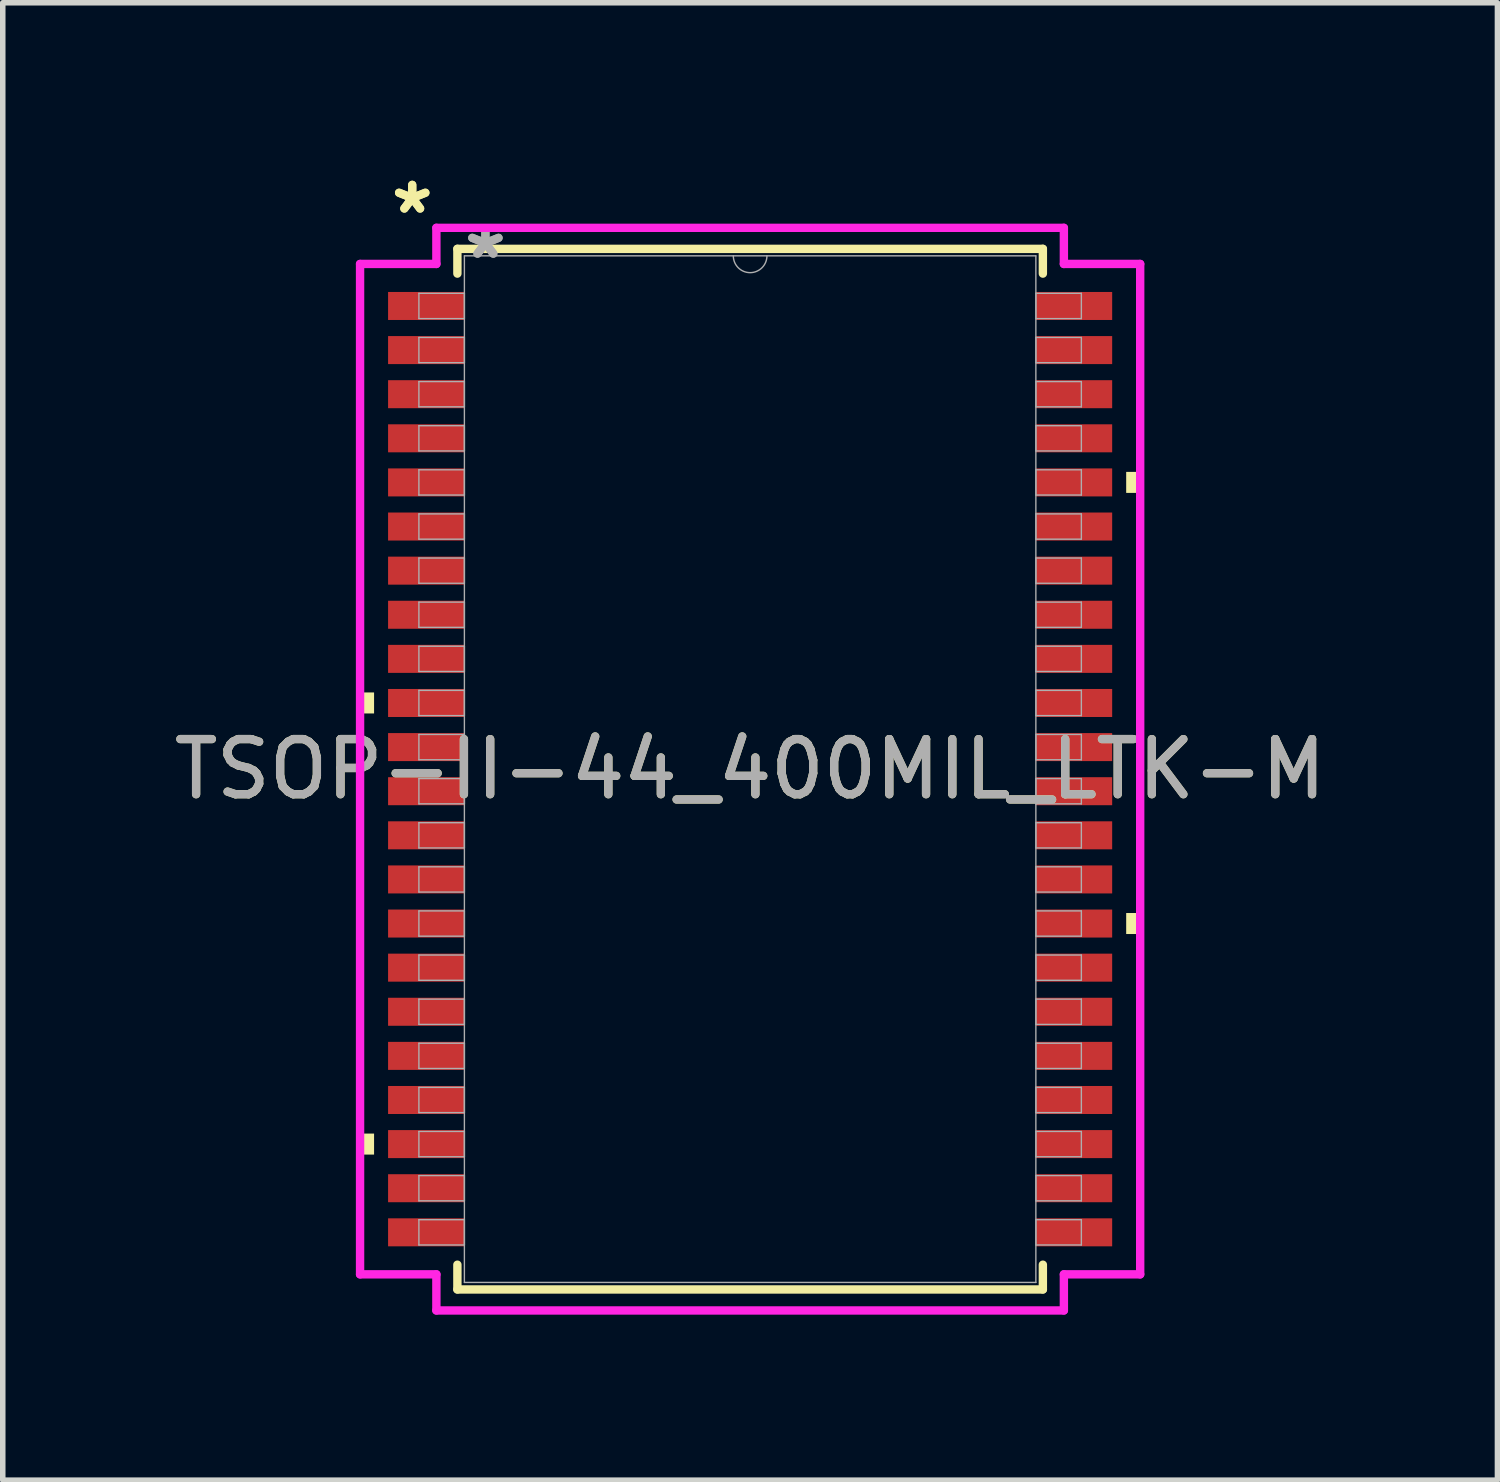
<source format=kicad_pcb>
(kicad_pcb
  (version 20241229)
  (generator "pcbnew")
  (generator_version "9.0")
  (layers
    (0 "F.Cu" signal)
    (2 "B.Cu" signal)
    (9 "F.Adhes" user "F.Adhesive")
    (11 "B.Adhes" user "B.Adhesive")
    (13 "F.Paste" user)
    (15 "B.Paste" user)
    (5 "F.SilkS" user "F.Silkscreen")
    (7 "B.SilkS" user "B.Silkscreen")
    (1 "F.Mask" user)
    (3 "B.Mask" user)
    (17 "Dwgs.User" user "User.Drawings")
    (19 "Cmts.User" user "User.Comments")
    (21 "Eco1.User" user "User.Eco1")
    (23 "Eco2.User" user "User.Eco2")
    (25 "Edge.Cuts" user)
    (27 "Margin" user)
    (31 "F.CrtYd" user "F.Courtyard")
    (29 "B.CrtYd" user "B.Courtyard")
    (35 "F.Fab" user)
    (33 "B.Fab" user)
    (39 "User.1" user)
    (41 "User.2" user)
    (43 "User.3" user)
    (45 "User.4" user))
  (footprint "TSOP-II-44_400MIL_LTK-M"
    (layer "F.Cu")
    (at 10.554 10.899)
    (property "Reference" "TSOP-II-44_400MIL_LTK-M" (at 0 0 0) (unlocked yes) (layer "F.SilkS") (effects (font (size 1 1) (thickness 0.15))))
    (attr smd)
    (fp_line (start -5.309 -9.436) (end -5.309 -8.987) (stroke (width 0.152) (type solid)) (layer "F.SilkS"))
    (fp_line (start -5.309 8.987) (end -5.309 9.436) (stroke (width 0.152) (type solid)) (layer "F.SilkS"))
    (fp_line (start -5.309 9.436) (end 5.309 9.436) (stroke (width 0.152) (type solid)) (layer "F.SilkS"))
    (fp_line (start 5.309 -9.436) (end -5.309 -9.436) (stroke (width 0.152) (type solid)) (layer "F.SilkS"))
    (fp_line (start 5.309 -8.987) (end 5.309 -9.436) (stroke (width 0.152) (type solid)) (layer "F.SilkS"))
    (fp_line (start 5.309 9.436) (end 5.309 8.987) (stroke (width 0.152) (type solid)) (layer "F.SilkS"))
    (fp_poly (pts (xy -7.074 -1.391) (xy -7.074 -1.01) (xy -6.82 -1.01) (xy -6.82 -1.391)) (stroke (width 0) (type solid)) (fill yes) (layer "F.SilkS"))
    (fp_poly (pts (xy -7.074 6.609) (xy -7.074 6.99) (xy -6.82 6.99) (xy -6.82 6.609)) (stroke (width 0) (type solid)) (fill yes) (layer "F.SilkS"))
    (fp_poly (pts (xy 7.074 -5.391) (xy 7.074 -5.01) (xy 6.82 -5.01) (xy 6.82 -5.391)) (stroke (width 0) (type solid)) (fill yes) (layer "F.SilkS"))
    (fp_poly (pts (xy 7.074 2.609) (xy 7.074 2.99) (xy 6.82 2.99) (xy 6.82 2.609)) (stroke (width 0) (type solid)) (fill yes) (layer "F.SilkS"))
    (fp_line (start -7.074 -9.162) (end -5.69 -9.162) (stroke (width 0.152) (type solid)) (layer "F.CrtYd"))
    (fp_line (start -7.074 9.162) (end -7.074 -9.162) (stroke (width 0.152) (type solid)) (layer "F.CrtYd"))
    (fp_line (start -7.074 9.162) (end -5.69 9.162) (stroke (width 0.152) (type solid)) (layer "F.CrtYd"))
    (fp_line (start -5.69 -9.817) (end 5.69 -9.817) (stroke (width 0.152) (type solid)) (layer "F.CrtYd"))
    (fp_line (start -5.69 -9.162) (end -5.69 -9.817) (stroke (width 0.152) (type solid)) (layer "F.CrtYd"))
    (fp_line (start -5.69 9.817) (end -5.69 9.162) (stroke (width 0.152) (type solid)) (layer "F.CrtYd"))
    (fp_line (start 5.69 -9.817) (end 5.69 -9.162) (stroke (width 0.152) (type solid)) (layer "F.CrtYd"))
    (fp_line (start 5.69 9.162) (end 5.69 9.817) (stroke (width 0.152) (type solid)) (layer "F.CrtYd"))
    (fp_line (start 5.69 9.817) (end -5.69 9.817) (stroke (width 0.152) (type solid)) (layer "F.CrtYd"))
    (fp_line (start 7.074 -9.162) (end 5.69 -9.162) (stroke (width 0.152) (type solid)) (layer "F.CrtYd"))
    (fp_line (start 7.074 -9.162) (end 7.074 9.162) (stroke (width 0.152) (type solid)) (layer "F.CrtYd"))
    (fp_line (start 7.074 9.162) (end 5.69 9.162) (stroke (width 0.152) (type solid)) (layer "F.CrtYd"))
    (fp_line (start -6.007 -8.629) (end -6.007 -8.171) (stroke (width 0.025) (type solid)) (layer "F.Fab"))
    (fp_line (start -6.007 -8.171) (end -5.182 -8.171) (stroke (width 0.025) (type solid)) (layer "F.Fab"))
    (fp_line (start -6.007 -7.829) (end -6.007 -7.371) (stroke (width 0.025) (type solid)) (layer "F.Fab"))
    (fp_line (start -6.007 -7.371) (end -5.182 -7.371) (stroke (width 0.025) (type solid)) (layer "F.Fab"))
    (fp_line (start -6.007 -7.029) (end -6.007 -6.571) (stroke (width 0.025) (type solid)) (layer "F.Fab"))
    (fp_line (start -6.007 -6.571) (end -5.182 -6.571) (stroke (width 0.025) (type solid)) (layer "F.Fab"))
    (fp_line (start -6.007 -6.229) (end -6.007 -5.771) (stroke (width 0.025) (type solid)) (layer "F.Fab"))
    (fp_line (start -6.007 -5.771) (end -5.182 -5.771) (stroke (width 0.025) (type solid)) (layer "F.Fab"))
    (fp_line (start -6.007 -5.429) (end -6.007 -4.971) (stroke (width 0.025) (type solid)) (layer "F.Fab"))
    (fp_line (start -6.007 -4.971) (end -5.182 -4.971) (stroke (width 0.025) (type solid)) (layer "F.Fab"))
    (fp_line (start -6.007 -4.629) (end -6.007 -4.171) (stroke (width 0.025) (type solid)) (layer "F.Fab"))
    (fp_line (start -6.007 -4.171) (end -5.182 -4.171) (stroke (width 0.025) (type solid)) (layer "F.Fab"))
    (fp_line (start -6.007 -3.829) (end -6.007 -3.371) (stroke (width 0.025) (type solid)) (layer "F.Fab"))
    (fp_line (start -6.007 -3.371) (end -5.182 -3.371) (stroke (width 0.025) (type solid)) (layer "F.Fab"))
    (fp_line (start -6.007 -3.029) (end -6.007 -2.571) (stroke (width 0.025) (type solid)) (layer "F.Fab"))
    (fp_line (start -6.007 -2.571) (end -5.182 -2.571) (stroke (width 0.025) (type solid)) (layer "F.Fab"))
    (fp_line (start -6.007 -2.229) (end -6.007 -1.771) (stroke (width 0.025) (type solid)) (layer "F.Fab"))
    (fp_line (start -6.007 -1.771) (end -5.182 -1.771) (stroke (width 0.025) (type solid)) (layer "F.Fab"))
    (fp_line (start -6.007 -1.429) (end -6.007 -0.971) (stroke (width 0.025) (type solid)) (layer "F.Fab"))
    (fp_line (start -6.007 -0.971) (end -5.182 -0.971) (stroke (width 0.025) (type solid)) (layer "F.Fab"))
    (fp_line (start -6.007 -0.629) (end -6.007 -0.171) (stroke (width 0.025) (type solid)) (layer "F.Fab"))
    (fp_line (start -6.007 -0.171) (end -5.182 -0.171) (stroke (width 0.025) (type solid)) (layer "F.Fab"))
    (fp_line (start -6.007 0.171) (end -6.007 0.629) (stroke (width 0.025) (type solid)) (layer "F.Fab"))
    (fp_line (start -6.007 0.629) (end -5.182 0.629) (stroke (width 0.025) (type solid)) (layer "F.Fab"))
    (fp_line (start -6.007 0.971) (end -6.007 1.429) (stroke (width 0.025) (type solid)) (layer "F.Fab"))
    (fp_line (start -6.007 1.429) (end -5.182 1.429) (stroke (width 0.025) (type solid)) (layer "F.Fab"))
    (fp_line (start -6.007 1.771) (end -6.007 2.229) (stroke (width 0.025) (type solid)) (layer "F.Fab"))
    (fp_line (start -6.007 2.229) (end -5.182 2.229) (stroke (width 0.025) (type solid)) (layer "F.Fab"))
    (fp_line (start -6.007 2.571) (end -6.007 3.029) (stroke (width 0.025) (type solid)) (layer "F.Fab"))
    (fp_line (start -6.007 3.029) (end -5.182 3.029) (stroke (width 0.025) (type solid)) (layer "F.Fab"))
    (fp_line (start -6.007 3.371) (end -6.007 3.829) (stroke (width 0.025) (type solid)) (layer "F.Fab"))
    (fp_line (start -6.007 3.829) (end -5.182 3.829) (stroke (width 0.025) (type solid)) (layer "F.Fab"))
    (fp_line (start -6.007 4.171) (end -6.007 4.629) (stroke (width 0.025) (type solid)) (layer "F.Fab"))
    (fp_line (start -6.007 4.629) (end -5.182 4.629) (stroke (width 0.025) (type solid)) (layer "F.Fab"))
    (fp_line (start -6.007 4.971) (end -6.007 5.429) (stroke (width 0.025) (type solid)) (layer "F.Fab"))
    (fp_line (start -6.007 5.429) (end -5.182 5.429) (stroke (width 0.025) (type solid)) (layer "F.Fab"))
    (fp_line (start -6.007 5.771) (end -6.007 6.229) (stroke (width 0.025) (type solid)) (layer "F.Fab"))
    (fp_line (start -6.007 6.229) (end -5.182 6.229) (stroke (width 0.025) (type solid)) (layer "F.Fab"))
    (fp_line (start -6.007 6.571) (end -6.007 7.029) (stroke (width 0.025) (type solid)) (layer "F.Fab"))
    (fp_line (start -6.007 7.029) (end -5.182 7.029) (stroke (width 0.025) (type solid)) (layer "F.Fab"))
    (fp_line (start -6.007 7.371) (end -6.007 7.829) (stroke (width 0.025) (type solid)) (layer "F.Fab"))
    (fp_line (start -6.007 7.829) (end -5.182 7.829) (stroke (width 0.025) (type solid)) (layer "F.Fab"))
    (fp_line (start -6.007 8.171) (end -6.007 8.629) (stroke (width 0.025) (type solid)) (layer "F.Fab"))
    (fp_line (start -6.007 8.629) (end -5.182 8.629) (stroke (width 0.025) (type solid)) (layer "F.Fab"))
    (fp_line (start -5.182 -9.309) (end -5.182 9.309) (stroke (width 0.025) (type solid)) (layer "F.Fab"))
    (fp_line (start -5.182 -8.629) (end -6.007 -8.629) (stroke (width 0.025) (type solid)) (layer "F.Fab"))
    (fp_line (start -5.182 -8.171) (end -5.182 -8.629) (stroke (width 0.025) (type solid)) (layer "F.Fab"))
    (fp_line (start -5.182 -7.829) (end -6.007 -7.829) (stroke (width 0.025) (type solid)) (layer "F.Fab"))
    (fp_line (start -5.182 -7.371) (end -5.182 -7.829) (stroke (width 0.025) (type solid)) (layer "F.Fab"))
    (fp_line (start -5.182 -7.029) (end -6.007 -7.029) (stroke (width 0.025) (type solid)) (layer "F.Fab"))
    (fp_line (start -5.182 -6.571) (end -5.182 -7.029) (stroke (width 0.025) (type solid)) (layer "F.Fab"))
    (fp_line (start -5.182 -6.229) (end -6.007 -6.229) (stroke (width 0.025) (type solid)) (layer "F.Fab"))
    (fp_line (start -5.182 -5.771) (end -5.182 -6.229) (stroke (width 0.025) (type solid)) (layer "F.Fab"))
    (fp_line (start -5.182 -5.429) (end -6.007 -5.429) (stroke (width 0.025) (type solid)) (layer "F.Fab"))
    (fp_line (start -5.182 -4.971) (end -5.182 -5.429) (stroke (width 0.025) (type solid)) (layer "F.Fab"))
    (fp_line (start -5.182 -4.629) (end -6.007 -4.629) (stroke (width 0.025) (type solid)) (layer "F.Fab"))
    (fp_line (start -5.182 -4.171) (end -5.182 -4.629) (stroke (width 0.025) (type solid)) (layer "F.Fab"))
    (fp_line (start -5.182 -3.829) (end -6.007 -3.829) (stroke (width 0.025) (type solid)) (layer "F.Fab"))
    (fp_line (start -5.182 -3.371) (end -5.182 -3.829) (stroke (width 0.025) (type solid)) (layer "F.Fab"))
    (fp_line (start -5.182 -3.029) (end -6.007 -3.029) (stroke (width 0.025) (type solid)) (layer "F.Fab"))
    (fp_line (start -5.182 -2.571) (end -5.182 -3.029) (stroke (width 0.025) (type solid)) (layer "F.Fab"))
    (fp_line (start -5.182 -2.229) (end -6.007 -2.229) (stroke (width 0.025) (type solid)) (layer "F.Fab"))
    (fp_line (start -5.182 -1.771) (end -5.182 -2.229) (stroke (width 0.025) (type solid)) (layer "F.Fab"))
    (fp_line (start -5.182 -1.429) (end -6.007 -1.429) (stroke (width 0.025) (type solid)) (layer "F.Fab"))
    (fp_line (start -5.182 -0.971) (end -5.182 -1.429) (stroke (width 0.025) (type solid)) (layer "F.Fab"))
    (fp_line (start -5.182 -0.629) (end -6.007 -0.629) (stroke (width 0.025) (type solid)) (layer "F.Fab"))
    (fp_line (start -5.182 -0.171) (end -5.182 -0.629) (stroke (width 0.025) (type solid)) (layer "F.Fab"))
    (fp_line (start -5.182 0.171) (end -6.007 0.171) (stroke (width 0.025) (type solid)) (layer "F.Fab"))
    (fp_line (start -5.182 0.629) (end -5.182 0.171) (stroke (width 0.025) (type solid)) (layer "F.Fab"))
    (fp_line (start -5.182 0.971) (end -6.007 0.971) (stroke (width 0.025) (type solid)) (layer "F.Fab"))
    (fp_line (start -5.182 1.429) (end -5.182 0.971) (stroke (width 0.025) (type solid)) (layer "F.Fab"))
    (fp_line (start -5.182 1.771) (end -6.007 1.771) (stroke (width 0.025) (type solid)) (layer "F.Fab"))
    (fp_line (start -5.182 2.229) (end -5.182 1.771) (stroke (width 0.025) (type solid)) (layer "F.Fab"))
    (fp_line (start -5.182 2.571) (end -6.007 2.571) (stroke (width 0.025) (type solid)) (layer "F.Fab"))
    (fp_line (start -5.182 3.029) (end -5.182 2.571) (stroke (width 0.025) (type solid)) (layer "F.Fab"))
    (fp_line (start -5.182 3.371) (end -6.007 3.371) (stroke (width 0.025) (type solid)) (layer "F.Fab"))
    (fp_line (start -5.182 3.829) (end -5.182 3.371) (stroke (width 0.025) (type solid)) (layer "F.Fab"))
    (fp_line (start -5.182 4.171) (end -6.007 4.171) (stroke (width 0.025) (type solid)) (layer "F.Fab"))
    (fp_line (start -5.182 4.629) (end -5.182 4.171) (stroke (width 0.025) (type solid)) (layer "F.Fab"))
    (fp_line (start -5.182 4.971) (end -6.007 4.971) (stroke (width 0.025) (type solid)) (layer "F.Fab"))
    (fp_line (start -5.182 5.429) (end -5.182 4.971) (stroke (width 0.025) (type solid)) (layer "F.Fab"))
    (fp_line (start -5.182 5.771) (end -6.007 5.771) (stroke (width 0.025) (type solid)) (layer "F.Fab"))
    (fp_line (start -5.182 6.229) (end -5.182 5.771) (stroke (width 0.025) (type solid)) (layer "F.Fab"))
    (fp_line (start -5.182 6.571) (end -6.007 6.571) (stroke (width 0.025) (type solid)) (layer "F.Fab"))
    (fp_line (start -5.182 7.029) (end -5.182 6.571) (stroke (width 0.025) (type solid)) (layer "F.Fab"))
    (fp_line (start -5.182 7.371) (end -6.007 7.371) (stroke (width 0.025) (type solid)) (layer "F.Fab"))
    (fp_line (start -5.182 7.829) (end -5.182 7.371) (stroke (width 0.025) (type solid)) (layer "F.Fab"))
    (fp_line (start -5.182 8.171) (end -6.007 8.171) (stroke (width 0.025) (type solid)) (layer "F.Fab"))
    (fp_line (start -5.182 8.629) (end -5.182 8.171) (stroke (width 0.025) (type solid)) (layer "F.Fab"))
    (fp_line (start -5.182 9.309) (end 5.182 9.309) (stroke (width 0.025) (type solid)) (layer "F.Fab"))
    (fp_line (start 5.182 -9.309) (end -5.182 -9.309) (stroke (width 0.025) (type solid)) (layer "F.Fab"))
    (fp_line (start 5.182 -8.629) (end 5.182 -8.171) (stroke (width 0.025) (type solid)) (layer "F.Fab"))
    (fp_line (start 5.182 -8.171) (end 6.007 -8.171) (stroke (width 0.025) (type solid)) (layer "F.Fab"))
    (fp_line (start 5.182 -7.829) (end 5.182 -7.371) (stroke (width 0.025) (type solid)) (layer "F.Fab"))
    (fp_line (start 5.182 -7.371) (end 6.007 -7.371) (stroke (width 0.025) (type solid)) (layer "F.Fab"))
    (fp_line (start 5.182 -7.029) (end 5.182 -6.571) (stroke (width 0.025) (type solid)) (layer "F.Fab"))
    (fp_line (start 5.182 -6.571) (end 6.007 -6.571) (stroke (width 0.025) (type solid)) (layer "F.Fab"))
    (fp_line (start 5.182 -6.229) (end 5.182 -5.771) (stroke (width 0.025) (type solid)) (layer "F.Fab"))
    (fp_line (start 5.182 -5.771) (end 6.007 -5.771) (stroke (width 0.025) (type solid)) (layer "F.Fab"))
    (fp_line (start 5.182 -5.429) (end 5.182 -4.971) (stroke (width 0.025) (type solid)) (layer "F.Fab"))
    (fp_line (start 5.182 -4.971) (end 6.007 -4.971) (stroke (width 0.025) (type solid)) (layer "F.Fab"))
    (fp_line (start 5.182 -4.629) (end 5.182 -4.171) (stroke (width 0.025) (type solid)) (layer "F.Fab"))
    (fp_line (start 5.182 -4.171) (end 6.007 -4.171) (stroke (width 0.025) (type solid)) (layer "F.Fab"))
    (fp_line (start 5.182 -3.829) (end 5.182 -3.371) (stroke (width 0.025) (type solid)) (layer "F.Fab"))
    (fp_line (start 5.182 -3.371) (end 6.007 -3.371) (stroke (width 0.025) (type solid)) (layer "F.Fab"))
    (fp_line (start 5.182 -3.029) (end 5.182 -2.571) (stroke (width 0.025) (type solid)) (layer "F.Fab"))
    (fp_line (start 5.182 -2.571) (end 6.007 -2.571) (stroke (width 0.025) (type solid)) (layer "F.Fab"))
    (fp_line (start 5.182 -2.229) (end 5.182 -1.771) (stroke (width 0.025) (type solid)) (layer "F.Fab"))
    (fp_line (start 5.182 -1.771) (end 6.007 -1.771) (stroke (width 0.025) (type solid)) (layer "F.Fab"))
    (fp_line (start 5.182 -1.429) (end 5.182 -0.971) (stroke (width 0.025) (type solid)) (layer "F.Fab"))
    (fp_line (start 5.182 -0.971) (end 6.007 -0.971) (stroke (width 0.025) (type solid)) (layer "F.Fab"))
    (fp_line (start 5.182 -0.629) (end 5.182 -0.171) (stroke (width 0.025) (type solid)) (layer "F.Fab"))
    (fp_line (start 5.182 -0.171) (end 6.007 -0.171) (stroke (width 0.025) (type solid)) (layer "F.Fab"))
    (fp_line (start 5.182 0.171) (end 5.182 0.629) (stroke (width 0.025) (type solid)) (layer "F.Fab"))
    (fp_line (start 5.182 0.629) (end 6.007 0.629) (stroke (width 0.025) (type solid)) (layer "F.Fab"))
    (fp_line (start 5.182 0.971) (end 5.182 1.429) (stroke (width 0.025) (type solid)) (layer "F.Fab"))
    (fp_line (start 5.182 1.429) (end 6.007 1.429) (stroke (width 0.025) (type solid)) (layer "F.Fab"))
    (fp_line (start 5.182 1.771) (end 5.182 2.229) (stroke (width 0.025) (type solid)) (layer "F.Fab"))
    (fp_line (start 5.182 2.229) (end 6.007 2.229) (stroke (width 0.025) (type solid)) (layer "F.Fab"))
    (fp_line (start 5.182 2.571) (end 5.182 3.029) (stroke (width 0.025) (type solid)) (layer "F.Fab"))
    (fp_line (start 5.182 3.029) (end 6.007 3.029) (stroke (width 0.025) (type solid)) (layer "F.Fab"))
    (fp_line (start 5.182 3.371) (end 5.182 3.829) (stroke (width 0.025) (type solid)) (layer "F.Fab"))
    (fp_line (start 5.182 3.829) (end 6.007 3.829) (stroke (width 0.025) (type solid)) (layer "F.Fab"))
    (fp_line (start 5.182 4.171) (end 5.182 4.629) (stroke (width 0.025) (type solid)) (layer "F.Fab"))
    (fp_line (start 5.182 4.629) (end 6.007 4.629) (stroke (width 0.025) (type solid)) (layer "F.Fab"))
    (fp_line (start 5.182 4.971) (end 5.182 5.429) (stroke (width 0.025) (type solid)) (layer "F.Fab"))
    (fp_line (start 5.182 5.429) (end 6.007 5.429) (stroke (width 0.025) (type solid)) (layer "F.Fab"))
    (fp_line (start 5.182 5.771) (end 5.182 6.229) (stroke (width 0.025) (type solid)) (layer "F.Fab"))
    (fp_line (start 5.182 6.229) (end 6.007 6.229) (stroke (width 0.025) (type solid)) (layer "F.Fab"))
    (fp_line (start 5.182 6.571) (end 5.182 7.029) (stroke (width 0.025) (type solid)) (layer "F.Fab"))
    (fp_line (start 5.182 7.029) (end 6.007 7.029) (stroke (width 0.025) (type solid)) (layer "F.Fab"))
    (fp_line (start 5.182 7.371) (end 5.182 7.829) (stroke (width 0.025) (type solid)) (layer "F.Fab"))
    (fp_line (start 5.182 7.829) (end 6.007 7.829) (stroke (width 0.025) (type solid)) (layer "F.Fab"))
    (fp_line (start 5.182 8.171) (end 5.182 8.629) (stroke (width 0.025) (type solid)) (layer "F.Fab"))
    (fp_line (start 5.182 8.629) (end 6.007 8.629) (stroke (width 0.025) (type solid)) (layer "F.Fab"))
    (fp_line (start 5.182 9.309) (end 5.182 -9.309) (stroke (width 0.025) (type solid)) (layer "F.Fab"))
    (fp_line (start 6.007 -8.629) (end 5.182 -8.629) (stroke (width 0.025) (type solid)) (layer "F.Fab"))
    (fp_line (start 6.007 -8.171) (end 6.007 -8.629) (stroke (width 0.025) (type solid)) (layer "F.Fab"))
    (fp_line (start 6.007 -7.829) (end 5.182 -7.829) (stroke (width 0.025) (type solid)) (layer "F.Fab"))
    (fp_line (start 6.007 -7.371) (end 6.007 -7.829) (stroke (width 0.025) (type solid)) (layer "F.Fab"))
    (fp_line (start 6.007 -7.029) (end 5.182 -7.029) (stroke (width 0.025) (type solid)) (layer "F.Fab"))
    (fp_line (start 6.007 -6.571) (end 6.007 -7.029) (stroke (width 0.025) (type solid)) (layer "F.Fab"))
    (fp_line (start 6.007 -6.229) (end 5.182 -6.229) (stroke (width 0.025) (type solid)) (layer "F.Fab"))
    (fp_line (start 6.007 -5.771) (end 6.007 -6.229) (stroke (width 0.025) (type solid)) (layer "F.Fab"))
    (fp_line (start 6.007 -5.429) (end 5.182 -5.429) (stroke (width 0.025) (type solid)) (layer "F.Fab"))
    (fp_line (start 6.007 -4.971) (end 6.007 -5.429) (stroke (width 0.025) (type solid)) (layer "F.Fab"))
    (fp_line (start 6.007 -4.629) (end 5.182 -4.629) (stroke (width 0.025) (type solid)) (layer "F.Fab"))
    (fp_line (start 6.007 -4.171) (end 6.007 -4.629) (stroke (width 0.025) (type solid)) (layer "F.Fab"))
    (fp_line (start 6.007 -3.829) (end 5.182 -3.829) (stroke (width 0.025) (type solid)) (layer "F.Fab"))
    (fp_line (start 6.007 -3.371) (end 6.007 -3.829) (stroke (width 0.025) (type solid)) (layer "F.Fab"))
    (fp_line (start 6.007 -3.029) (end 5.182 -3.029) (stroke (width 0.025) (type solid)) (layer "F.Fab"))
    (fp_line (start 6.007 -2.571) (end 6.007 -3.029) (stroke (width 0.025) (type solid)) (layer "F.Fab"))
    (fp_line (start 6.007 -2.229) (end 5.182 -2.229) (stroke (width 0.025) (type solid)) (layer "F.Fab"))
    (fp_line (start 6.007 -1.771) (end 6.007 -2.229) (stroke (width 0.025) (type solid)) (layer "F.Fab"))
    (fp_line (start 6.007 -1.429) (end 5.182 -1.429) (stroke (width 0.025) (type solid)) (layer "F.Fab"))
    (fp_line (start 6.007 -0.971) (end 6.007 -1.429) (stroke (width 0.025) (type solid)) (layer "F.Fab"))
    (fp_line (start 6.007 -0.629) (end 5.182 -0.629) (stroke (width 0.025) (type solid)) (layer "F.Fab"))
    (fp_line (start 6.007 -0.171) (end 6.007 -0.629) (stroke (width 0.025) (type solid)) (layer "F.Fab"))
    (fp_line (start 6.007 0.171) (end 5.182 0.171) (stroke (width 0.025) (type solid)) (layer "F.Fab"))
    (fp_line (start 6.007 0.629) (end 6.007 0.171) (stroke (width 0.025) (type solid)) (layer "F.Fab"))
    (fp_line (start 6.007 0.971) (end 5.182 0.971) (stroke (width 0.025) (type solid)) (layer "F.Fab"))
    (fp_line (start 6.007 1.429) (end 6.007 0.971) (stroke (width 0.025) (type solid)) (layer "F.Fab"))
    (fp_line (start 6.007 1.771) (end 5.182 1.771) (stroke (width 0.025) (type solid)) (layer "F.Fab"))
    (fp_line (start 6.007 2.229) (end 6.007 1.771) (stroke (width 0.025) (type solid)) (layer "F.Fab"))
    (fp_line (start 6.007 2.571) (end 5.182 2.571) (stroke (width 0.025) (type solid)) (layer "F.Fab"))
    (fp_line (start 6.007 3.029) (end 6.007 2.571) (stroke (width 0.025) (type solid)) (layer "F.Fab"))
    (fp_line (start 6.007 3.371) (end 5.182 3.371) (stroke (width 0.025) (type solid)) (layer "F.Fab"))
    (fp_line (start 6.007 3.829) (end 6.007 3.371) (stroke (width 0.025) (type solid)) (layer "F.Fab"))
    (fp_line (start 6.007 4.171) (end 5.182 4.171) (stroke (width 0.025) (type solid)) (layer "F.Fab"))
    (fp_line (start 6.007 4.629) (end 6.007 4.171) (stroke (width 0.025) (type solid)) (layer "F.Fab"))
    (fp_line (start 6.007 4.971) (end 5.182 4.971) (stroke (width 0.025) (type solid)) (layer "F.Fab"))
    (fp_line (start 6.007 5.429) (end 6.007 4.971) (stroke (width 0.025) (type solid)) (layer "F.Fab"))
    (fp_line (start 6.007 5.771) (end 5.182 5.771) (stroke (width 0.025) (type solid)) (layer "F.Fab"))
    (fp_line (start 6.007 6.229) (end 6.007 5.771) (stroke (width 0.025) (type solid)) (layer "F.Fab"))
    (fp_line (start 6.007 6.571) (end 5.182 6.571) (stroke (width 0.025) (type solid)) (layer "F.Fab"))
    (fp_line (start 6.007 7.029) (end 6.007 6.571) (stroke (width 0.025) (type solid)) (layer "F.Fab"))
    (fp_line (start 6.007 7.371) (end 5.182 7.371) (stroke (width 0.025) (type solid)) (layer "F.Fab"))
    (fp_line (start 6.007 7.829) (end 6.007 7.371) (stroke (width 0.025) (type solid)) (layer "F.Fab"))
    (fp_line (start 6.007 8.171) (end 5.182 8.171) (stroke (width 0.025) (type solid)) (layer "F.Fab"))
    (fp_line (start 6.007 8.629) (end 6.007 8.171) (stroke (width 0.025) (type solid)) (layer "F.Fab"))
    (fp_arc (start 0.3048 -9.3091) (mid 0 -9.0043) (end -0.3048 -9.3091) (stroke (width 0.0254) (type solid)) (layer "F.Fab"))
    (fp_text user "*" (at -6.128 -10.051 0) (layer "F.SilkS") (effects (font (size 1 1) (thickness 0.15))))
    (fp_text user "*" (at -6.128 -10.051 0) (unlocked yes) (layer "F.SilkS") (effects (font (size 1 1) (thickness 0.15))))
    (fp_text user "*" (at -4.801 -9.233 0) (layer "F.Fab") (effects (font (size 1 1) (thickness 0.15))))
    (fp_text user "${REFERENCE}" (at 0 0 0) (unlocked yes) (layer "F.Fab") (effects (font (size 1 1) (thickness 0.15))))
    (fp_text user "*" (at -4.801 -9.233 0) (unlocked yes) (layer "F.Fab") (effects (font (size 1 1) (thickness 0.15))))
    (pad "1" smd rect (at -5.874 -8.4) (size 1.384 0.508) (layers "F.Cu" "F.Mask" "F.Paste"))
    (pad "2" smd rect (at -5.874 -7.6) (size 1.384 0.508) (layers "F.Cu" "F.Mask" "F.Paste"))
    (pad "3" smd rect (at -5.874 -6.8) (size 1.384 0.508) (layers "F.Cu" "F.Mask" "F.Paste"))
    (pad "4" smd rect (at -5.874 -6) (size 1.384 0.508) (layers "F.Cu" "F.Mask" "F.Paste"))
    (pad "5" smd rect (at -5.874 -5.2) (size 1.384 0.508) (layers "F.Cu" "F.Mask" "F.Paste"))
    (pad "6" smd rect (at -5.874 -4.4) (size 1.384 0.508) (layers "F.Cu" "F.Mask" "F.Paste"))
    (pad "7" smd rect (at -5.874 -3.6) (size 1.384 0.508) (layers "F.Cu" "F.Mask" "F.Paste"))
    (pad "8" smd rect (at -5.874 -2.8) (size 1.384 0.508) (layers "F.Cu" "F.Mask" "F.Paste"))
    (pad "9" smd rect (at -5.874 -2) (size 1.384 0.508) (layers "F.Cu" "F.Mask" "F.Paste"))
    (pad "10" smd rect (at -5.874 -1.2) (size 1.384 0.508) (layers "F.Cu" "F.Mask" "F.Paste"))
    (pad "11" smd rect (at -5.874 -0.4) (size 1.384 0.508) (layers "F.Cu" "F.Mask" "F.Paste"))
    (pad "12" smd rect (at -5.874 0.4) (size 1.384 0.508) (layers "F.Cu" "F.Mask" "F.Paste"))
    (pad "13" smd rect (at -5.874 1.2) (size 1.384 0.508) (layers "F.Cu" "F.Mask" "F.Paste"))
    (pad "14" smd rect (at -5.874 2) (size 1.384 0.508) (layers "F.Cu" "F.Mask" "F.Paste"))
    (pad "15" smd rect (at -5.874 2.8) (size 1.384 0.508) (layers "F.Cu" "F.Mask" "F.Paste"))
    (pad "16" smd rect (at -5.874 3.6) (size 1.384 0.508) (layers "F.Cu" "F.Mask" "F.Paste"))
    (pad "17" smd rect (at -5.874 4.4) (size 1.384 0.508) (layers "F.Cu" "F.Mask" "F.Paste"))
    (pad "18" smd rect (at -5.874 5.2) (size 1.384 0.508) (layers "F.Cu" "F.Mask" "F.Paste"))
    (pad "19" smd rect (at -5.874 6) (size 1.384 0.508) (layers "F.Cu" "F.Mask" "F.Paste"))
    (pad "20" smd rect (at -5.874 6.8) (size 1.384 0.508) (layers "F.Cu" "F.Mask" "F.Paste"))
    (pad "21" smd rect (at -5.874 7.6) (size 1.384 0.508) (layers "F.Cu" "F.Mask" "F.Paste"))
    (pad "22" smd rect (at -5.874 8.4) (size 1.384 0.508) (layers "F.Cu" "F.Mask" "F.Paste"))
    (pad "23" smd rect (at 5.874 8.4) (size 1.384 0.508) (layers "F.Cu" "F.Mask" "F.Paste"))
    (pad "24" smd rect (at 5.874 7.6) (size 1.384 0.508) (layers "F.Cu" "F.Mask" "F.Paste"))
    (pad "25" smd rect (at 5.874 6.8) (size 1.384 0.508) (layers "F.Cu" "F.Mask" "F.Paste"))
    (pad "26" smd rect (at 5.874 6) (size 1.384 0.508) (layers "F.Cu" "F.Mask" "F.Paste"))
    (pad "27" smd rect (at 5.874 5.2) (size 1.384 0.508) (layers "F.Cu" "F.Mask" "F.Paste"))
    (pad "28" smd rect (at 5.874 4.4) (size 1.384 0.508) (layers "F.Cu" "F.Mask" "F.Paste"))
    (pad "29" smd rect (at 5.874 3.6) (size 1.384 0.508) (layers "F.Cu" "F.Mask" "F.Paste"))
    (pad "30" smd rect (at 5.874 2.8) (size 1.384 0.508) (layers "F.Cu" "F.Mask" "F.Paste"))
    (pad "31" smd rect (at 5.874 2) (size 1.384 0.508) (layers "F.Cu" "F.Mask" "F.Paste"))
    (pad "32" smd rect (at 5.874 1.2) (size 1.384 0.508) (layers "F.Cu" "F.Mask" "F.Paste"))
    (pad "33" smd rect (at 5.874 0.4) (size 1.384 0.508) (layers "F.Cu" "F.Mask" "F.Paste"))
    (pad "34" smd rect (at 5.874 -0.4) (size 1.384 0.508) (layers "F.Cu" "F.Mask" "F.Paste"))
    (pad "35" smd rect (at 5.874 -1.2) (size 1.384 0.508) (layers "F.Cu" "F.Mask" "F.Paste"))
    (pad "36" smd rect (at 5.874 -2) (size 1.384 0.508) (layers "F.Cu" "F.Mask" "F.Paste"))
    (pad "37" smd rect (at 5.874 -2.8) (size 1.384 0.508) (layers "F.Cu" "F.Mask" "F.Paste"))
    (pad "38" smd rect (at 5.874 -3.6) (size 1.384 0.508) (layers "F.Cu" "F.Mask" "F.Paste"))
    (pad "39" smd rect (at 5.874 -4.4) (size 1.384 0.508) (layers "F.Cu" "F.Mask" "F.Paste"))
    (pad "40" smd rect (at 5.874 -5.2) (size 1.384 0.508) (layers "F.Cu" "F.Mask" "F.Paste"))
    (pad "41" smd rect (at 5.874 -6) (size 1.384 0.508) (layers "F.Cu" "F.Mask" "F.Paste"))
    (pad "42" smd rect (at 5.874 -6.8) (size 1.384 0.508) (layers "F.Cu" "F.Mask" "F.Paste"))
    (pad "43" smd rect (at 5.874 -7.6) (size 1.384 0.508) (layers "F.Cu" "F.Mask" "F.Paste"))
    (pad "44" smd rect (at 5.874 -8.4) (size 1.384 0.508) (layers "F.Cu" "F.Mask" "F.Paste")))
  (gr_rect
    (start -3 -3)
    (end 24.107 23.793)
    (stroke (width 0.1) (type default))
    (fill no)
    (layer "Edge.Cuts")))
</source>
